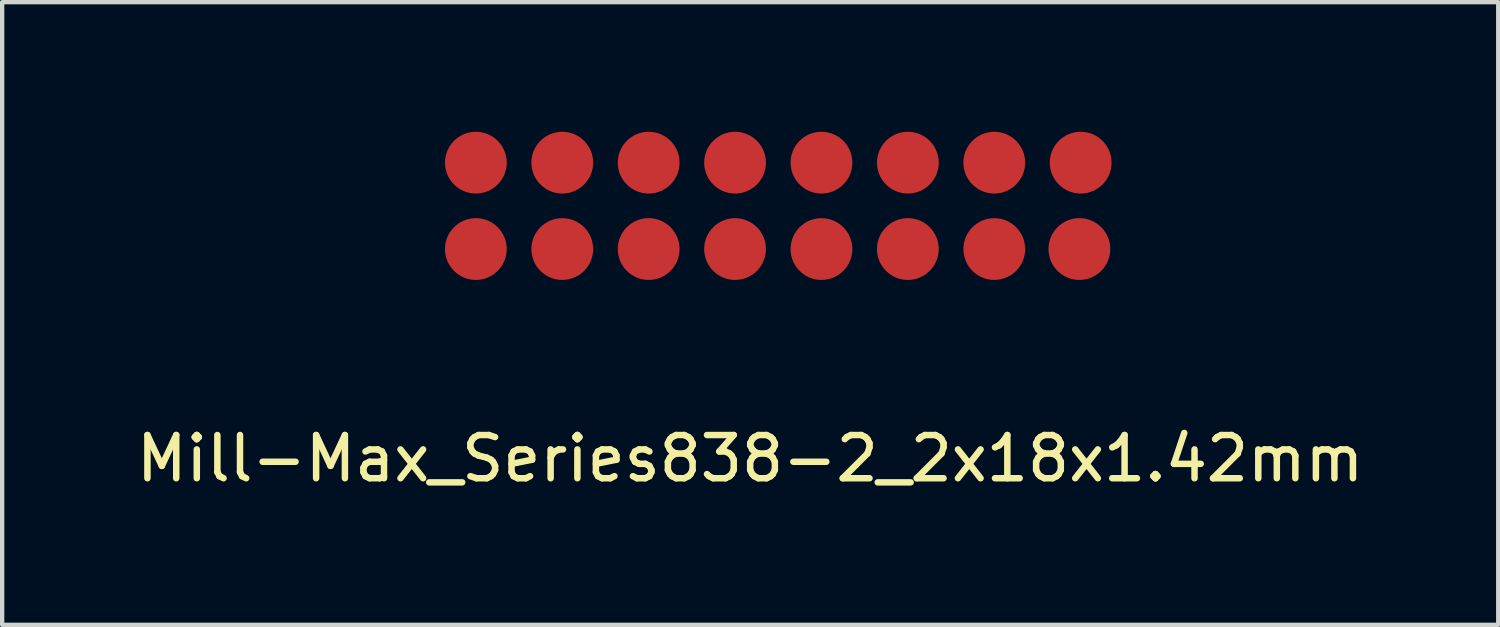
<source format=kicad_pcb>
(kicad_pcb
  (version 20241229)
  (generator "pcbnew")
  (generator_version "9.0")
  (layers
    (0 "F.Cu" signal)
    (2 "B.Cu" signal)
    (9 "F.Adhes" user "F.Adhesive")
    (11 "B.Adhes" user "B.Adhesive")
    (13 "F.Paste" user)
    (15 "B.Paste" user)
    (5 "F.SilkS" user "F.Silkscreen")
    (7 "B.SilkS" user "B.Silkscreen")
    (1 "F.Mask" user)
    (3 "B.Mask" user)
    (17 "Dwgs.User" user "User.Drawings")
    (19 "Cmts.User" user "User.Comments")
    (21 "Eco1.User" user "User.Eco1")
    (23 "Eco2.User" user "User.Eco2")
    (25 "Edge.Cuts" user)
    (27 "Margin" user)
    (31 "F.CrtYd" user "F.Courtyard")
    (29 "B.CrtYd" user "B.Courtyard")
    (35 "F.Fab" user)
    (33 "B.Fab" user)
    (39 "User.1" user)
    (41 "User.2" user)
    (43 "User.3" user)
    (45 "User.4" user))
  (footprint "Mill-Max_Series838-2_2x18x1.42mm"
    (layer "F.Cu")
    (at 14.315 7.065)
    (property "Reference" "Mill-Max_Series838-2_2x18x1.42mm" (at 0 0.5 0) (layer "F.SilkS") (effects (font (size 1 1) (thickness 0.15))))
    (attr through_hole)
    (pad "1" smd circle (at -6.35 -6.35) (size 1.43 1.43) (layers "F.Cu" "F.Mask" "F.Paste"))
    (pad "2" smd circle (at -4.35 -6.35) (size 1.43 1.43) (layers "F.Cu" "F.Mask" "F.Paste"))
    (pad "3" smd circle (at -2.35 -6.35) (size 1.43 1.43) (layers "F.Cu" "F.Mask" "F.Paste"))
    (pad "4" smd circle (at -0.35 -6.35) (size 1.43 1.43) (layers "F.Cu" "F.Mask" "F.Paste"))
    (pad "5" smd circle (at 1.65 -6.35) (size 1.43 1.43) (layers "F.Cu" "F.Mask" "F.Paste"))
    (pad "6" smd circle (at 3.65 -6.35) (size 1.43 1.43) (layers "F.Cu" "F.Mask" "F.Paste"))
    (pad "7" smd circle (at 5.65 -6.35) (size 1.43 1.43) (layers "F.Cu" "F.Mask" "F.Paste"))
    (pad "8" smd circle (at 7.65 -6.35) (size 1.43 1.43) (layers "F.Cu" "F.Mask" "F.Paste"))
    (pad "9" smd circle (at -6.35 -4.35) (size 1.43 1.43) (layers "F.Cu" "F.Mask" "F.Paste"))
    (pad "10" smd circle (at -4.35 -4.35) (size 1.43 1.43) (layers "F.Cu" "F.Mask" "F.Paste"))
    (pad "11" smd circle (at -2.35 -4.35) (size 1.43 1.43) (layers "F.Cu" "F.Mask" "F.Paste"))
    (pad "12" smd circle (at -0.35 -4.35) (size 1.43 1.43) (layers "F.Cu" "F.Mask" "F.Paste"))
    (pad "13" smd circle (at 1.65 -4.35) (size 1.43 1.43) (layers "F.Cu" "F.Mask" "F.Paste"))
    (pad "14" smd circle (at 3.65 -4.35) (size 1.43 1.43) (layers "F.Cu" "F.Mask" "F.Paste"))
    (pad "15" smd circle (at 5.65 -4.35) (size 1.43 1.43) (layers "F.Cu" "F.Mask" "F.Paste"))
    (pad "16" smd circle (at 7.62 -4.35) (size 1.43 1.43) (layers "F.Cu" "F.Mask" "F.Paste")))
  (gr_rect
    (start -3 -3)
    (end 31.631 11.413)
    (stroke (width 0.1) (type default))
    (fill no)
    (layer "Edge.Cuts")))
</source>
